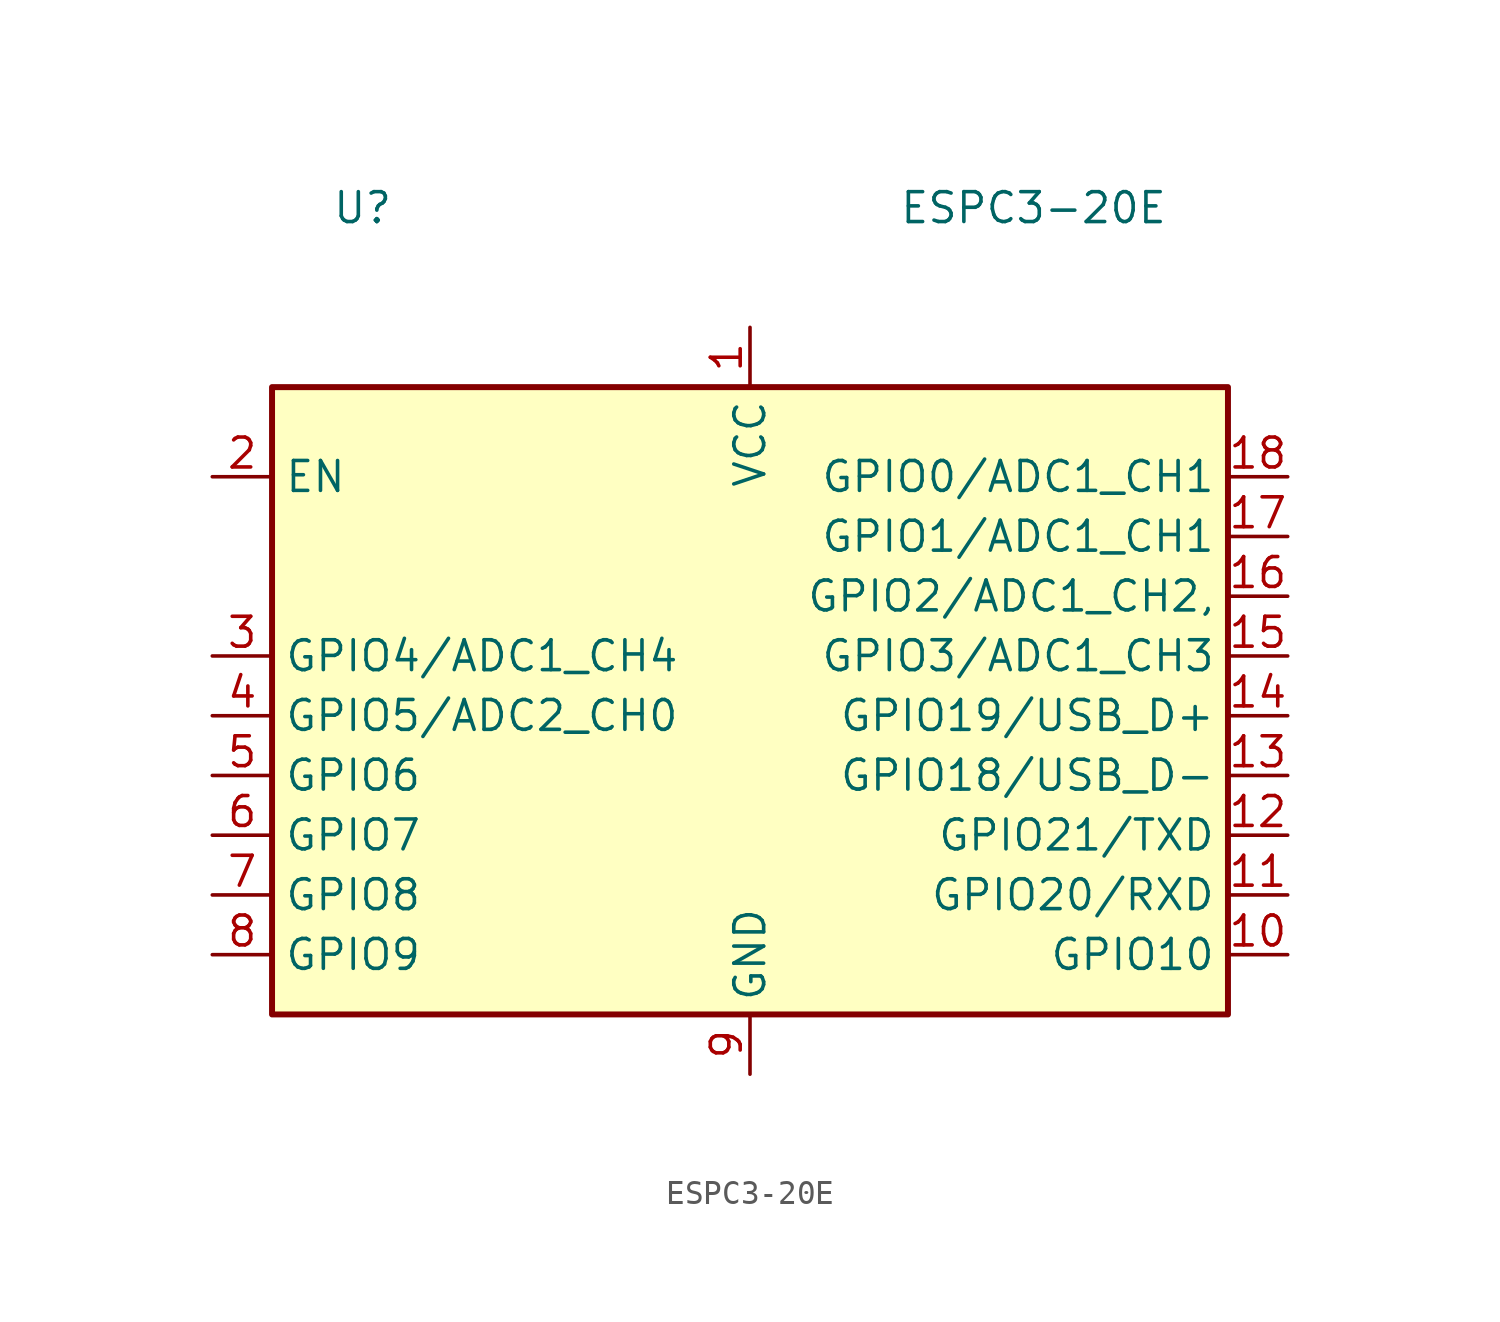
<source format=kicad_sym>
(kicad_symbol_lib
  (version 20220914)
  (generator kicad_symbol_editor)
  (symbol "ESPC3-20E"
    (property "Reference" "U"
      (at -17.78 21.59 0)
      (effects (font (size 1.27 1.27)) (justify left)))
    (property "Value" "ESPC3-20E"
      (at 17.78 21.59 0)
      (effects (font (size 1.27 1.27)) (justify right)))
    (symbol "ESPC3-20E_0_1"
      (rectangle (start -20.32 13.97) (end 20.32 -12.7) (stroke (width 0.254) (type default)) (fill (type background))))
    (symbol "ESPC3-20E_1_1"
      (pin power_in line (at 0 16.51 270) (length 2.54) (name "VCC" (effects (font (size 1.27 1.27)))) (number "1" (effects (font (size 1.27 1.27)))))
      (pin bidirectional line (at 22.86 -10.16 180) (length 2.54) (name "GPIO10" (effects (font (size 1.27 1.27)))) (number "10" (effects (font (size 1.27 1.27)))))
      (pin bidirectional line (at 22.86 -7.62 180) (length 2.54) (name "GPIO20/RXD" (effects (font (size 1.27 1.27)))) (number "11" (effects (font (size 1.27 1.27)))))
      (pin bidirectional line (at 22.86 -5.08 180) (length 2.54) (name "GPIO21/TXD" (effects (font (size 1.27 1.27)))) (number "12" (effects (font (size 1.27 1.27)))))
      (pin bidirectional line (at 22.86 -2.54 180) (length 2.54) (name "GPIO18/USB_D-" (effects (font (size 1.27 1.27)))) (number "13" (effects (font (size 1.27 1.27)))))
      (pin bidirectional line (at 22.86 0 180) (length 2.54) (name "GPIO19/USB_D+" (effects (font (size 1.27 1.27)))) (number "14" (effects (font (size 1.27 1.27)))))
      (pin bidirectional line (at 22.86 2.54 180) (length 2.54) (name "GPIO3/ADC1_CH3" (effects (font (size 1.27 1.27)))) (number "15" (effects (font (size 1.27 1.27)))))
      (pin bidirectional line (at 22.86 5.08 180) (length 2.54) (name "GPIO2/ADC1_CH2," (effects (font (size 1.27 1.27)))) (number "16" (effects (font (size 1.27 1.27)))))
      (pin bidirectional line (at 22.86 7.62 180) (length 2.54) (name "GPIO1/ADC1_CH1" (effects (font (size 1.27 1.27)))) (number "17" (effects (font (size 1.27 1.27)))))
      (pin bidirectional line (at 22.86 10.16 180) (length 2.54) (name "GPIO0/ADC1_CH1" (effects (font (size 1.27 1.27)))) (number "18" (effects (font (size 1.27 1.27)))))
      (pin input line (at -22.86 10.16 0) (length 2.54) (name "EN" (effects (font (size 1.27 1.27)))) (number "2" (effects (font (size 1.27 1.27)))))
      (pin bidirectional line (at -22.86 2.54 0) (length 2.54) (name "GPIO4/ADC1_CH4" (effects (font (size 1.27 1.27)))) (number "3" (effects (font (size 1.27 1.27)))))
      (pin bidirectional line (at -22.86 0 0) (length 2.54) (name "GPIO5/ADC2_CH0" (effects (font (size 1.27 1.27)))) (number "4" (effects (font (size 1.27 1.27)))))
      (pin bidirectional line (at -22.86 -2.54 0) (length 2.54) (name "GPIO6" (effects (font (size 1.27 1.27)))) (number "5" (effects (font (size 1.27 1.27)))))
      (pin bidirectional line (at -22.86 -5.08 0) (length 2.54) (name "GPIO7" (effects (font (size 1.27 1.27)))) (number "6" (effects (font (size 1.27 1.27)))))
      (pin bidirectional line (at -22.86 -7.62 0) (length 2.54) (name "GPIO8" (effects (font (size 1.27 1.27)))) (number "7" (effects (font (size 1.27 1.27)))))
      (pin bidirectional line (at -22.86 -10.16 0) (length 2.54) (name "GPIO9" (effects (font (size 1.27 1.27)))) (number "8" (effects (font (size 1.27 1.27)))))
      (pin power_in line (at 0 -15.24 90) (length 2.54) (name "GND" (effects (font (size 1.27 1.27)))) (number "9" (effects (font (size 1.27 1.27))))))))
</source>
